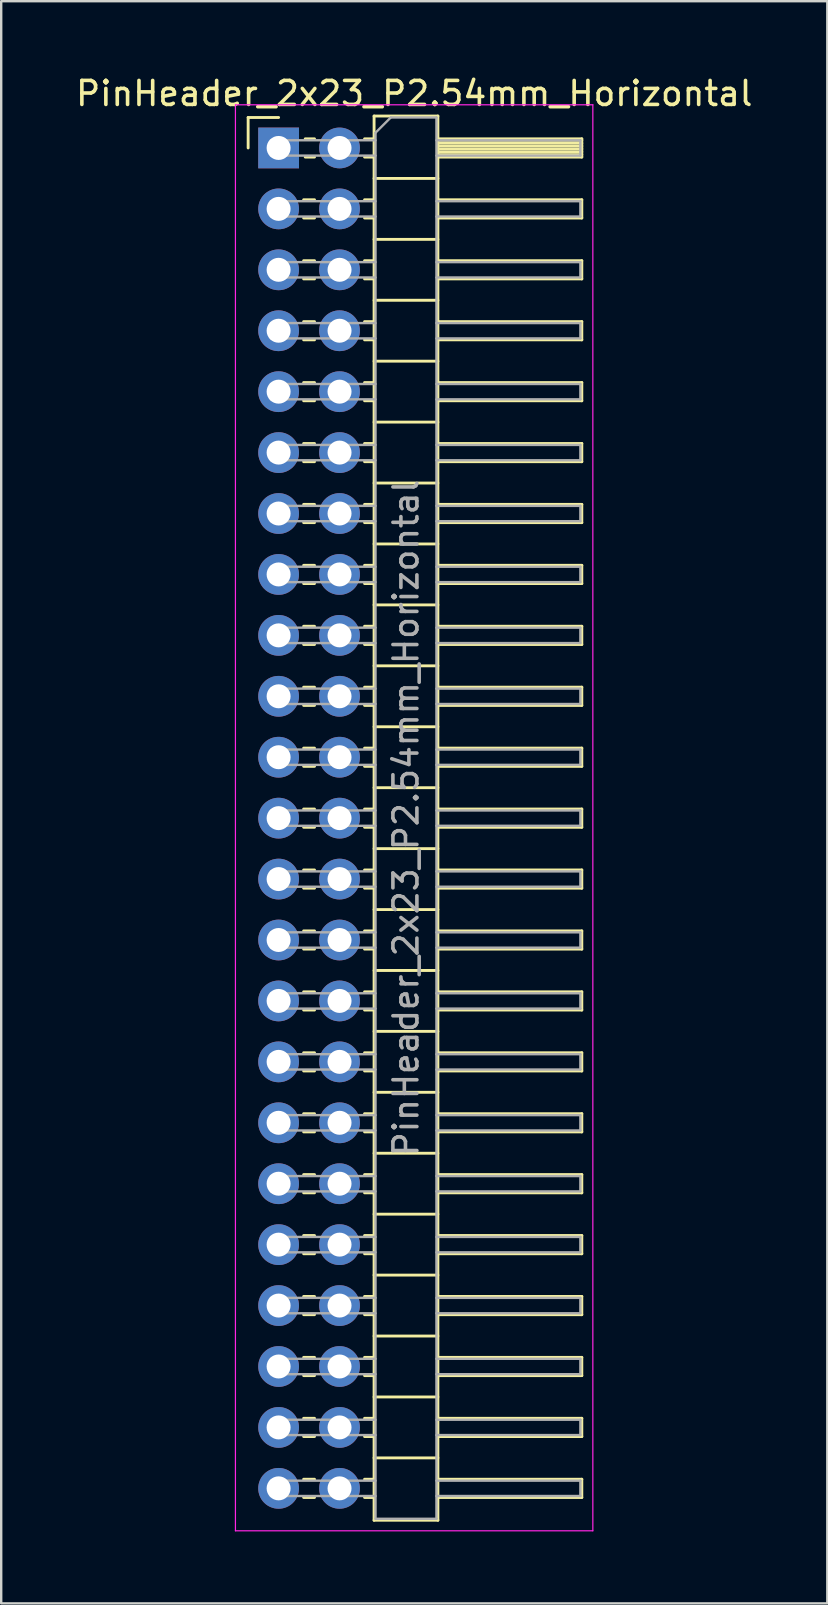
<source format=kicad_pcb>
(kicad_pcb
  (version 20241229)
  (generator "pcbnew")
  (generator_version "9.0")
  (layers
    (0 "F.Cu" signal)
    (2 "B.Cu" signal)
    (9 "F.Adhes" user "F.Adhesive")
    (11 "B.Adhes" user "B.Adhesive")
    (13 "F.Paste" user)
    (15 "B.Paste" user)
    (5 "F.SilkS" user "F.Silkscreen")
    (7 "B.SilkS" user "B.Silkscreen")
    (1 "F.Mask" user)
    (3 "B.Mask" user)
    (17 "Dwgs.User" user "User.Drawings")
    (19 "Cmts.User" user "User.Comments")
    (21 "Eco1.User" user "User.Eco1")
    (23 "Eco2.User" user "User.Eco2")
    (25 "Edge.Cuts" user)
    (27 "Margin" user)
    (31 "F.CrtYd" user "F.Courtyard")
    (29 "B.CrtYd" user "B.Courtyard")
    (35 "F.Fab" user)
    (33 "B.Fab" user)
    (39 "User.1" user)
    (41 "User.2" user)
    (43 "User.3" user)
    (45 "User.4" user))
  (footprint "PinHeader_2x23_P2.54mm_Horizontal"
    (layer "F.Cu")
    (at 8.565 3.118)
    (property "Reference" "PinHeader_2x23_P2.54mm_Horizontal" (at 5.655 -2.27 0) (layer "F.SilkS") (effects (font (size 1 1) (thickness 0.15))))
    (attr through_hole)
    (fp_line (start -1.27 -1.27) (end 0 -1.27) (stroke (width 0.12) (type solid)) (layer "F.SilkS"))
    (fp_line (start -1.27 0) (end -1.27 -1.27) (stroke (width 0.12) (type solid)) (layer "F.SilkS"))
    (fp_line (start 1.043 2.16) (end 1.497 2.16) (stroke (width 0.12) (type solid)) (layer "F.SilkS"))
    (fp_line (start 1.043 2.92) (end 1.497 2.92) (stroke (width 0.12) (type solid)) (layer "F.SilkS"))
    (fp_line (start 1.043 4.7) (end 1.497 4.7) (stroke (width 0.12) (type solid)) (layer "F.SilkS"))
    (fp_line (start 1.043 5.46) (end 1.497 5.46) (stroke (width 0.12) (type solid)) (layer "F.SilkS"))
    (fp_line (start 1.043 7.24) (end 1.497 7.24) (stroke (width 0.12) (type solid)) (layer "F.SilkS"))
    (fp_line (start 1.043 8) (end 1.497 8) (stroke (width 0.12) (type solid)) (layer "F.SilkS"))
    (fp_line (start 1.043 9.78) (end 1.497 9.78) (stroke (width 0.12) (type solid)) (layer "F.SilkS"))
    (fp_line (start 1.043 10.54) (end 1.497 10.54) (stroke (width 0.12) (type solid)) (layer "F.SilkS"))
    (fp_line (start 1.043 12.32) (end 1.497 12.32) (stroke (width 0.12) (type solid)) (layer "F.SilkS"))
    (fp_line (start 1.043 13.08) (end 1.497 13.08) (stroke (width 0.12) (type solid)) (layer "F.SilkS"))
    (fp_line (start 1.043 14.86) (end 1.497 14.86) (stroke (width 0.12) (type solid)) (layer "F.SilkS"))
    (fp_line (start 1.043 15.62) (end 1.497 15.62) (stroke (width 0.12) (type solid)) (layer "F.SilkS"))
    (fp_line (start 1.043 17.4) (end 1.497 17.4) (stroke (width 0.12) (type solid)) (layer "F.SilkS"))
    (fp_line (start 1.043 18.16) (end 1.497 18.16) (stroke (width 0.12) (type solid)) (layer "F.SilkS"))
    (fp_line (start 1.043 19.94) (end 1.497 19.94) (stroke (width 0.12) (type solid)) (layer "F.SilkS"))
    (fp_line (start 1.043 20.7) (end 1.497 20.7) (stroke (width 0.12) (type solid)) (layer "F.SilkS"))
    (fp_line (start 1.043 22.48) (end 1.497 22.48) (stroke (width 0.12) (type solid)) (layer "F.SilkS"))
    (fp_line (start 1.043 23.24) (end 1.497 23.24) (stroke (width 0.12) (type solid)) (layer "F.SilkS"))
    (fp_line (start 1.043 25.02) (end 1.497 25.02) (stroke (width 0.12) (type solid)) (layer "F.SilkS"))
    (fp_line (start 1.043 25.78) (end 1.497 25.78) (stroke (width 0.12) (type solid)) (layer "F.SilkS"))
    (fp_line (start 1.043 27.56) (end 1.497 27.56) (stroke (width 0.12) (type solid)) (layer "F.SilkS"))
    (fp_line (start 1.043 28.32) (end 1.497 28.32) (stroke (width 0.12) (type solid)) (layer "F.SilkS"))
    (fp_line (start 1.043 30.1) (end 1.497 30.1) (stroke (width 0.12) (type solid)) (layer "F.SilkS"))
    (fp_line (start 1.043 30.86) (end 1.497 30.86) (stroke (width 0.12) (type solid)) (layer "F.SilkS"))
    (fp_line (start 1.043 32.64) (end 1.497 32.64) (stroke (width 0.12) (type solid)) (layer "F.SilkS"))
    (fp_line (start 1.043 33.4) (end 1.497 33.4) (stroke (width 0.12) (type solid)) (layer "F.SilkS"))
    (fp_line (start 1.043 35.18) (end 1.497 35.18) (stroke (width 0.12) (type solid)) (layer "F.SilkS"))
    (fp_line (start 1.043 35.94) (end 1.497 35.94) (stroke (width 0.12) (type solid)) (layer "F.SilkS"))
    (fp_line (start 1.043 37.72) (end 1.497 37.72) (stroke (width 0.12) (type solid)) (layer "F.SilkS"))
    (fp_line (start 1.043 38.48) (end 1.497 38.48) (stroke (width 0.12) (type solid)) (layer "F.SilkS"))
    (fp_line (start 1.043 40.26) (end 1.497 40.26) (stroke (width 0.12) (type solid)) (layer "F.SilkS"))
    (fp_line (start 1.043 41.02) (end 1.497 41.02) (stroke (width 0.12) (type solid)) (layer "F.SilkS"))
    (fp_line (start 1.043 42.8) (end 1.497 42.8) (stroke (width 0.12) (type solid)) (layer "F.SilkS"))
    (fp_line (start 1.043 43.56) (end 1.497 43.56) (stroke (width 0.12) (type solid)) (layer "F.SilkS"))
    (fp_line (start 1.043 45.34) (end 1.497 45.34) (stroke (width 0.12) (type solid)) (layer "F.SilkS"))
    (fp_line (start 1.043 46.1) (end 1.497 46.1) (stroke (width 0.12) (type solid)) (layer "F.SilkS"))
    (fp_line (start 1.043 47.88) (end 1.497 47.88) (stroke (width 0.12) (type solid)) (layer "F.SilkS"))
    (fp_line (start 1.043 48.64) (end 1.497 48.64) (stroke (width 0.12) (type solid)) (layer "F.SilkS"))
    (fp_line (start 1.043 50.42) (end 1.497 50.42) (stroke (width 0.12) (type solid)) (layer "F.SilkS"))
    (fp_line (start 1.043 51.18) (end 1.497 51.18) (stroke (width 0.12) (type solid)) (layer "F.SilkS"))
    (fp_line (start 1.043 52.96) (end 1.497 52.96) (stroke (width 0.12) (type solid)) (layer "F.SilkS"))
    (fp_line (start 1.043 53.72) (end 1.497 53.72) (stroke (width 0.12) (type solid)) (layer "F.SilkS"))
    (fp_line (start 1.043 55.5) (end 1.497 55.5) (stroke (width 0.12) (type solid)) (layer "F.SilkS"))
    (fp_line (start 1.043 56.26) (end 1.497 56.26) (stroke (width 0.12) (type solid)) (layer "F.SilkS"))
    (fp_line (start 1.11 -0.38) (end 1.497 -0.38) (stroke (width 0.12) (type solid)) (layer "F.SilkS"))
    (fp_line (start 1.11 0.38) (end 1.497 0.38) (stroke (width 0.12) (type solid)) (layer "F.SilkS"))
    (fp_line (start 3.583 -0.38) (end 3.98 -0.38) (stroke (width 0.12) (type solid)) (layer "F.SilkS"))
    (fp_line (start 3.583 0.38) (end 3.98 0.38) (stroke (width 0.12) (type solid)) (layer "F.SilkS"))
    (fp_line (start 3.583 2.16) (end 3.98 2.16) (stroke (width 0.12) (type solid)) (layer "F.SilkS"))
    (fp_line (start 3.583 2.92) (end 3.98 2.92) (stroke (width 0.12) (type solid)) (layer "F.SilkS"))
    (fp_line (start 3.583 4.7) (end 3.98 4.7) (stroke (width 0.12) (type solid)) (layer "F.SilkS"))
    (fp_line (start 3.583 5.46) (end 3.98 5.46) (stroke (width 0.12) (type solid)) (layer "F.SilkS"))
    (fp_line (start 3.583 7.24) (end 3.98 7.24) (stroke (width 0.12) (type solid)) (layer "F.SilkS"))
    (fp_line (start 3.583 8) (end 3.98 8) (stroke (width 0.12) (type solid)) (layer "F.SilkS"))
    (fp_line (start 3.583 9.78) (end 3.98 9.78) (stroke (width 0.12) (type solid)) (layer "F.SilkS"))
    (fp_line (start 3.583 10.54) (end 3.98 10.54) (stroke (width 0.12) (type solid)) (layer "F.SilkS"))
    (fp_line (start 3.583 12.32) (end 3.98 12.32) (stroke (width 0.12) (type solid)) (layer "F.SilkS"))
    (fp_line (start 3.583 13.08) (end 3.98 13.08) (stroke (width 0.12) (type solid)) (layer "F.SilkS"))
    (fp_line (start 3.583 14.86) (end 3.98 14.86) (stroke (width 0.12) (type solid)) (layer "F.SilkS"))
    (fp_line (start 3.583 15.62) (end 3.98 15.62) (stroke (width 0.12) (type solid)) (layer "F.SilkS"))
    (fp_line (start 3.583 17.4) (end 3.98 17.4) (stroke (width 0.12) (type solid)) (layer "F.SilkS"))
    (fp_line (start 3.583 18.16) (end 3.98 18.16) (stroke (width 0.12) (type solid)) (layer "F.SilkS"))
    (fp_line (start 3.583 19.94) (end 3.98 19.94) (stroke (width 0.12) (type solid)) (layer "F.SilkS"))
    (fp_line (start 3.583 20.7) (end 3.98 20.7) (stroke (width 0.12) (type solid)) (layer "F.SilkS"))
    (fp_line (start 3.583 22.48) (end 3.98 22.48) (stroke (width 0.12) (type solid)) (layer "F.SilkS"))
    (fp_line (start 3.583 23.24) (end 3.98 23.24) (stroke (width 0.12) (type solid)) (layer "F.SilkS"))
    (fp_line (start 3.583 25.02) (end 3.98 25.02) (stroke (width 0.12) (type solid)) (layer "F.SilkS"))
    (fp_line (start 3.583 25.78) (end 3.98 25.78) (stroke (width 0.12) (type solid)) (layer "F.SilkS"))
    (fp_line (start 3.583 27.56) (end 3.98 27.56) (stroke (width 0.12) (type solid)) (layer "F.SilkS"))
    (fp_line (start 3.583 28.32) (end 3.98 28.32) (stroke (width 0.12) (type solid)) (layer "F.SilkS"))
    (fp_line (start 3.583 30.1) (end 3.98 30.1) (stroke (width 0.12) (type solid)) (layer "F.SilkS"))
    (fp_line (start 3.583 30.86) (end 3.98 30.86) (stroke (width 0.12) (type solid)) (layer "F.SilkS"))
    (fp_line (start 3.583 32.64) (end 3.98 32.64) (stroke (width 0.12) (type solid)) (layer "F.SilkS"))
    (fp_line (start 3.583 33.4) (end 3.98 33.4) (stroke (width 0.12) (type solid)) (layer "F.SilkS"))
    (fp_line (start 3.583 35.18) (end 3.98 35.18) (stroke (width 0.12) (type solid)) (layer "F.SilkS"))
    (fp_line (start 3.583 35.94) (end 3.98 35.94) (stroke (width 0.12) (type solid)) (layer "F.SilkS"))
    (fp_line (start 3.583 37.72) (end 3.98 37.72) (stroke (width 0.12) (type solid)) (layer "F.SilkS"))
    (fp_line (start 3.583 38.48) (end 3.98 38.48) (stroke (width 0.12) (type solid)) (layer "F.SilkS"))
    (fp_line (start 3.583 40.26) (end 3.98 40.26) (stroke (width 0.12) (type solid)) (layer "F.SilkS"))
    (fp_line (start 3.583 41.02) (end 3.98 41.02) (stroke (width 0.12) (type solid)) (layer "F.SilkS"))
    (fp_line (start 3.583 42.8) (end 3.98 42.8) (stroke (width 0.12) (type solid)) (layer "F.SilkS"))
    (fp_line (start 3.583 43.56) (end 3.98 43.56) (stroke (width 0.12) (type solid)) (layer "F.SilkS"))
    (fp_line (start 3.583 45.34) (end 3.98 45.34) (stroke (width 0.12) (type solid)) (layer "F.SilkS"))
    (fp_line (start 3.583 46.1) (end 3.98 46.1) (stroke (width 0.12) (type solid)) (layer "F.SilkS"))
    (fp_line (start 3.583 47.88) (end 3.98 47.88) (stroke (width 0.12) (type solid)) (layer "F.SilkS"))
    (fp_line (start 3.583 48.64) (end 3.98 48.64) (stroke (width 0.12) (type solid)) (layer "F.SilkS"))
    (fp_line (start 3.583 50.42) (end 3.98 50.42) (stroke (width 0.12) (type solid)) (layer "F.SilkS"))
    (fp_line (start 3.583 51.18) (end 3.98 51.18) (stroke (width 0.12) (type solid)) (layer "F.SilkS"))
    (fp_line (start 3.583 52.96) (end 3.98 52.96) (stroke (width 0.12) (type solid)) (layer "F.SilkS"))
    (fp_line (start 3.583 53.72) (end 3.98 53.72) (stroke (width 0.12) (type solid)) (layer "F.SilkS"))
    (fp_line (start 3.583 55.5) (end 3.98 55.5) (stroke (width 0.12) (type solid)) (layer "F.SilkS"))
    (fp_line (start 3.583 56.26) (end 3.98 56.26) (stroke (width 0.12) (type solid)) (layer "F.SilkS"))
    (fp_line (start 3.98 -1.33) (end 3.98 57.21) (stroke (width 0.12) (type solid)) (layer "F.SilkS"))
    (fp_line (start 3.98 1.27) (end 6.64 1.27) (stroke (width 0.12) (type solid)) (layer "F.SilkS"))
    (fp_line (start 3.98 3.81) (end 6.64 3.81) (stroke (width 0.12) (type solid)) (layer "F.SilkS"))
    (fp_line (start 3.98 6.35) (end 6.64 6.35) (stroke (width 0.12) (type solid)) (layer "F.SilkS"))
    (fp_line (start 3.98 8.89) (end 6.64 8.89) (stroke (width 0.12) (type solid)) (layer "F.SilkS"))
    (fp_line (start 3.98 11.43) (end 6.64 11.43) (stroke (width 0.12) (type solid)) (layer "F.SilkS"))
    (fp_line (start 3.98 13.97) (end 6.64 13.97) (stroke (width 0.12) (type solid)) (layer "F.SilkS"))
    (fp_line (start 3.98 16.51) (end 6.64 16.51) (stroke (width 0.12) (type solid)) (layer "F.SilkS"))
    (fp_line (start 3.98 19.05) (end 6.64 19.05) (stroke (width 0.12) (type solid)) (layer "F.SilkS"))
    (fp_line (start 3.98 21.59) (end 6.64 21.59) (stroke (width 0.12) (type solid)) (layer "F.SilkS"))
    (fp_line (start 3.98 24.13) (end 6.64 24.13) (stroke (width 0.12) (type solid)) (layer "F.SilkS"))
    (fp_line (start 3.98 26.67) (end 6.64 26.67) (stroke (width 0.12) (type solid)) (layer "F.SilkS"))
    (fp_line (start 3.98 29.21) (end 6.64 29.21) (stroke (width 0.12) (type solid)) (layer "F.SilkS"))
    (fp_line (start 3.98 31.75) (end 6.64 31.75) (stroke (width 0.12) (type solid)) (layer "F.SilkS"))
    (fp_line (start 3.98 34.29) (end 6.64 34.29) (stroke (width 0.12) (type solid)) (layer "F.SilkS"))
    (fp_line (start 3.98 36.83) (end 6.64 36.83) (stroke (width 0.12) (type solid)) (layer "F.SilkS"))
    (fp_line (start 3.98 39.37) (end 6.64 39.37) (stroke (width 0.12) (type solid)) (layer "F.SilkS"))
    (fp_line (start 3.98 41.91) (end 6.64 41.91) (stroke (width 0.12) (type solid)) (layer "F.SilkS"))
    (fp_line (start 3.98 44.45) (end 6.64 44.45) (stroke (width 0.12) (type solid)) (layer "F.SilkS"))
    (fp_line (start 3.98 46.99) (end 6.64 46.99) (stroke (width 0.12) (type solid)) (layer "F.SilkS"))
    (fp_line (start 3.98 49.53) (end 6.64 49.53) (stroke (width 0.12) (type solid)) (layer "F.SilkS"))
    (fp_line (start 3.98 52.07) (end 6.64 52.07) (stroke (width 0.12) (type solid)) (layer "F.SilkS"))
    (fp_line (start 3.98 54.61) (end 6.64 54.61) (stroke (width 0.12) (type solid)) (layer "F.SilkS"))
    (fp_line (start 3.98 57.21) (end 6.64 57.21) (stroke (width 0.12) (type solid)) (layer "F.SilkS"))
    (fp_line (start 6.64 -1.33) (end 3.98 -1.33) (stroke (width 0.12) (type solid)) (layer "F.SilkS"))
    (fp_line (start 6.64 -0.38) (end 12.64 -0.38) (stroke (width 0.12) (type solid)) (layer "F.SilkS"))
    (fp_line (start 6.64 -0.32) (end 12.64 -0.32) (stroke (width 0.12) (type solid)) (layer "F.SilkS"))
    (fp_line (start 6.64 -0.2) (end 12.64 -0.2) (stroke (width 0.12) (type solid)) (layer "F.SilkS"))
    (fp_line (start 6.64 -0.08) (end 12.64 -0.08) (stroke (width 0.12) (type solid)) (layer "F.SilkS"))
    (fp_line (start 6.64 0.04) (end 12.64 0.04) (stroke (width 0.12) (type solid)) (layer "F.SilkS"))
    (fp_line (start 6.64 0.16) (end 12.64 0.16) (stroke (width 0.12) (type solid)) (layer "F.SilkS"))
    (fp_line (start 6.64 0.28) (end 12.64 0.28) (stroke (width 0.12) (type solid)) (layer "F.SilkS"))
    (fp_line (start 6.64 2.16) (end 12.64 2.16) (stroke (width 0.12) (type solid)) (layer "F.SilkS"))
    (fp_line (start 6.64 4.7) (end 12.64 4.7) (stroke (width 0.12) (type solid)) (layer "F.SilkS"))
    (fp_line (start 6.64 7.24) (end 12.64 7.24) (stroke (width 0.12) (type solid)) (layer "F.SilkS"))
    (fp_line (start 6.64 9.78) (end 12.64 9.78) (stroke (width 0.12) (type solid)) (layer "F.SilkS"))
    (fp_line (start 6.64 12.32) (end 12.64 12.32) (stroke (width 0.12) (type solid)) (layer "F.SilkS"))
    (fp_line (start 6.64 14.86) (end 12.64 14.86) (stroke (width 0.12) (type solid)) (layer "F.SilkS"))
    (fp_line (start 6.64 17.4) (end 12.64 17.4) (stroke (width 0.12) (type solid)) (layer "F.SilkS"))
    (fp_line (start 6.64 19.94) (end 12.64 19.94) (stroke (width 0.12) (type solid)) (layer "F.SilkS"))
    (fp_line (start 6.64 22.48) (end 12.64 22.48) (stroke (width 0.12) (type solid)) (layer "F.SilkS"))
    (fp_line (start 6.64 25.02) (end 12.64 25.02) (stroke (width 0.12) (type solid)) (layer "F.SilkS"))
    (fp_line (start 6.64 27.56) (end 12.64 27.56) (stroke (width 0.12) (type solid)) (layer "F.SilkS"))
    (fp_line (start 6.64 30.1) (end 12.64 30.1) (stroke (width 0.12) (type solid)) (layer "F.SilkS"))
    (fp_line (start 6.64 32.64) (end 12.64 32.64) (stroke (width 0.12) (type solid)) (layer "F.SilkS"))
    (fp_line (start 6.64 35.18) (end 12.64 35.18) (stroke (width 0.12) (type solid)) (layer "F.SilkS"))
    (fp_line (start 6.64 37.72) (end 12.64 37.72) (stroke (width 0.12) (type solid)) (layer "F.SilkS"))
    (fp_line (start 6.64 40.26) (end 12.64 40.26) (stroke (width 0.12) (type solid)) (layer "F.SilkS"))
    (fp_line (start 6.64 42.8) (end 12.64 42.8) (stroke (width 0.12) (type solid)) (layer "F.SilkS"))
    (fp_line (start 6.64 45.34) (end 12.64 45.34) (stroke (width 0.12) (type solid)) (layer "F.SilkS"))
    (fp_line (start 6.64 47.88) (end 12.64 47.88) (stroke (width 0.12) (type solid)) (layer "F.SilkS"))
    (fp_line (start 6.64 50.42) (end 12.64 50.42) (stroke (width 0.12) (type solid)) (layer "F.SilkS"))
    (fp_line (start 6.64 52.96) (end 12.64 52.96) (stroke (width 0.12) (type solid)) (layer "F.SilkS"))
    (fp_line (start 6.64 55.5) (end 12.64 55.5) (stroke (width 0.12) (type solid)) (layer "F.SilkS"))
    (fp_line (start 6.64 57.21) (end 6.64 -1.33) (stroke (width 0.12) (type solid)) (layer "F.SilkS"))
    (fp_line (start 12.64 -0.38) (end 12.64 0.38) (stroke (width 0.12) (type solid)) (layer "F.SilkS"))
    (fp_line (start 12.64 0.38) (end 6.64 0.38) (stroke (width 0.12) (type solid)) (layer "F.SilkS"))
    (fp_line (start 12.64 2.16) (end 12.64 2.92) (stroke (width 0.12) (type solid)) (layer "F.SilkS"))
    (fp_line (start 12.64 2.92) (end 6.64 2.92) (stroke (width 0.12) (type solid)) (layer "F.SilkS"))
    (fp_line (start 12.64 4.7) (end 12.64 5.46) (stroke (width 0.12) (type solid)) (layer "F.SilkS"))
    (fp_line (start 12.64 5.46) (end 6.64 5.46) (stroke (width 0.12) (type solid)) (layer "F.SilkS"))
    (fp_line (start 12.64 7.24) (end 12.64 8) (stroke (width 0.12) (type solid)) (layer "F.SilkS"))
    (fp_line (start 12.64 8) (end 6.64 8) (stroke (width 0.12) (type solid)) (layer "F.SilkS"))
    (fp_line (start 12.64 9.78) (end 12.64 10.54) (stroke (width 0.12) (type solid)) (layer "F.SilkS"))
    (fp_line (start 12.64 10.54) (end 6.64 10.54) (stroke (width 0.12) (type solid)) (layer "F.SilkS"))
    (fp_line (start 12.64 12.32) (end 12.64 13.08) (stroke (width 0.12) (type solid)) (layer "F.SilkS"))
    (fp_line (start 12.64 13.08) (end 6.64 13.08) (stroke (width 0.12) (type solid)) (layer "F.SilkS"))
    (fp_line (start 12.64 14.86) (end 12.64 15.62) (stroke (width 0.12) (type solid)) (layer "F.SilkS"))
    (fp_line (start 12.64 15.62) (end 6.64 15.62) (stroke (width 0.12) (type solid)) (layer "F.SilkS"))
    (fp_line (start 12.64 17.4) (end 12.64 18.16) (stroke (width 0.12) (type solid)) (layer "F.SilkS"))
    (fp_line (start 12.64 18.16) (end 6.64 18.16) (stroke (width 0.12) (type solid)) (layer "F.SilkS"))
    (fp_line (start 12.64 19.94) (end 12.64 20.7) (stroke (width 0.12) (type solid)) (layer "F.SilkS"))
    (fp_line (start 12.64 20.7) (end 6.64 20.7) (stroke (width 0.12) (type solid)) (layer "F.SilkS"))
    (fp_line (start 12.64 22.48) (end 12.64 23.24) (stroke (width 0.12) (type solid)) (layer "F.SilkS"))
    (fp_line (start 12.64 23.24) (end 6.64 23.24) (stroke (width 0.12) (type solid)) (layer "F.SilkS"))
    (fp_line (start 12.64 25.02) (end 12.64 25.78) (stroke (width 0.12) (type solid)) (layer "F.SilkS"))
    (fp_line (start 12.64 25.78) (end 6.64 25.78) (stroke (width 0.12) (type solid)) (layer "F.SilkS"))
    (fp_line (start 12.64 27.56) (end 12.64 28.32) (stroke (width 0.12) (type solid)) (layer "F.SilkS"))
    (fp_line (start 12.64 28.32) (end 6.64 28.32) (stroke (width 0.12) (type solid)) (layer "F.SilkS"))
    (fp_line (start 12.64 30.1) (end 12.64 30.86) (stroke (width 0.12) (type solid)) (layer "F.SilkS"))
    (fp_line (start 12.64 30.86) (end 6.64 30.86) (stroke (width 0.12) (type solid)) (layer "F.SilkS"))
    (fp_line (start 12.64 32.64) (end 12.64 33.4) (stroke (width 0.12) (type solid)) (layer "F.SilkS"))
    (fp_line (start 12.64 33.4) (end 6.64 33.4) (stroke (width 0.12) (type solid)) (layer "F.SilkS"))
    (fp_line (start 12.64 35.18) (end 12.64 35.94) (stroke (width 0.12) (type solid)) (layer "F.SilkS"))
    (fp_line (start 12.64 35.94) (end 6.64 35.94) (stroke (width 0.12) (type solid)) (layer "F.SilkS"))
    (fp_line (start 12.64 37.72) (end 12.64 38.48) (stroke (width 0.12) (type solid)) (layer "F.SilkS"))
    (fp_line (start 12.64 38.48) (end 6.64 38.48) (stroke (width 0.12) (type solid)) (layer "F.SilkS"))
    (fp_line (start 12.64 40.26) (end 12.64 41.02) (stroke (width 0.12) (type solid)) (layer "F.SilkS"))
    (fp_line (start 12.64 41.02) (end 6.64 41.02) (stroke (width 0.12) (type solid)) (layer "F.SilkS"))
    (fp_line (start 12.64 42.8) (end 12.64 43.56) (stroke (width 0.12) (type solid)) (layer "F.SilkS"))
    (fp_line (start 12.64 43.56) (end 6.64 43.56) (stroke (width 0.12) (type solid)) (layer "F.SilkS"))
    (fp_line (start 12.64 45.34) (end 12.64 46.1) (stroke (width 0.12) (type solid)) (layer "F.SilkS"))
    (fp_line (start 12.64 46.1) (end 6.64 46.1) (stroke (width 0.12) (type solid)) (layer "F.SilkS"))
    (fp_line (start 12.64 47.88) (end 12.64 48.64) (stroke (width 0.12) (type solid)) (layer "F.SilkS"))
    (fp_line (start 12.64 48.64) (end 6.64 48.64) (stroke (width 0.12) (type solid)) (layer "F.SilkS"))
    (fp_line (start 12.64 50.42) (end 12.64 51.18) (stroke (width 0.12) (type solid)) (layer "F.SilkS"))
    (fp_line (start 12.64 51.18) (end 6.64 51.18) (stroke (width 0.12) (type solid)) (layer "F.SilkS"))
    (fp_line (start 12.64 52.96) (end 12.64 53.72) (stroke (width 0.12) (type solid)) (layer "F.SilkS"))
    (fp_line (start 12.64 53.72) (end 6.64 53.72) (stroke (width 0.12) (type solid)) (layer "F.SilkS"))
    (fp_line (start 12.64 55.5) (end 12.64 56.26) (stroke (width 0.12) (type solid)) (layer "F.SilkS"))
    (fp_line (start 12.64 56.26) (end 6.64 56.26) (stroke (width 0.12) (type solid)) (layer "F.SilkS"))
    (fp_line (start -1.8 -1.8) (end -1.8 57.65) (stroke (width 0.05) (type solid)) (layer "F.CrtYd"))
    (fp_line (start -1.8 57.65) (end 13.1 57.65) (stroke (width 0.05) (type solid)) (layer "F.CrtYd"))
    (fp_line (start 13.1 -1.8) (end -1.8 -1.8) (stroke (width 0.05) (type solid)) (layer "F.CrtYd"))
    (fp_line (start 13.1 57.65) (end 13.1 -1.8) (stroke (width 0.05) (type solid)) (layer "F.CrtYd"))
    (fp_line (start -0.32 -0.32) (end -0.32 0.32) (stroke (width 0.1) (type solid)) (layer "F.Fab"))
    (fp_line (start -0.32 -0.32) (end 4.04 -0.32) (stroke (width 0.1) (type solid)) (layer "F.Fab"))
    (fp_line (start -0.32 0.32) (end 4.04 0.32) (stroke (width 0.1) (type solid)) (layer "F.Fab"))
    (fp_line (start -0.32 2.22) (end -0.32 2.86) (stroke (width 0.1) (type solid)) (layer "F.Fab"))
    (fp_line (start -0.32 2.22) (end 4.04 2.22) (stroke (width 0.1) (type solid)) (layer "F.Fab"))
    (fp_line (start -0.32 2.86) (end 4.04 2.86) (stroke (width 0.1) (type solid)) (layer "F.Fab"))
    (fp_line (start -0.32 4.76) (end -0.32 5.4) (stroke (width 0.1) (type solid)) (layer "F.Fab"))
    (fp_line (start -0.32 4.76) (end 4.04 4.76) (stroke (width 0.1) (type solid)) (layer "F.Fab"))
    (fp_line (start -0.32 5.4) (end 4.04 5.4) (stroke (width 0.1) (type solid)) (layer "F.Fab"))
    (fp_line (start -0.32 7.3) (end -0.32 7.94) (stroke (width 0.1) (type solid)) (layer "F.Fab"))
    (fp_line (start -0.32 7.3) (end 4.04 7.3) (stroke (width 0.1) (type solid)) (layer "F.Fab"))
    (fp_line (start -0.32 7.94) (end 4.04 7.94) (stroke (width 0.1) (type solid)) (layer "F.Fab"))
    (fp_line (start -0.32 9.84) (end -0.32 10.48) (stroke (width 0.1) (type solid)) (layer "F.Fab"))
    (fp_line (start -0.32 9.84) (end 4.04 9.84) (stroke (width 0.1) (type solid)) (layer "F.Fab"))
    (fp_line (start -0.32 10.48) (end 4.04 10.48) (stroke (width 0.1) (type solid)) (layer "F.Fab"))
    (fp_line (start -0.32 12.38) (end -0.32 13.02) (stroke (width 0.1) (type solid)) (layer "F.Fab"))
    (fp_line (start -0.32 12.38) (end 4.04 12.38) (stroke (width 0.1) (type solid)) (layer "F.Fab"))
    (fp_line (start -0.32 13.02) (end 4.04 13.02) (stroke (width 0.1) (type solid)) (layer "F.Fab"))
    (fp_line (start -0.32 14.92) (end -0.32 15.56) (stroke (width 0.1) (type solid)) (layer "F.Fab"))
    (fp_line (start -0.32 14.92) (end 4.04 14.92) (stroke (width 0.1) (type solid)) (layer "F.Fab"))
    (fp_line (start -0.32 15.56) (end 4.04 15.56) (stroke (width 0.1) (type solid)) (layer "F.Fab"))
    (fp_line (start -0.32 17.46) (end -0.32 18.1) (stroke (width 0.1) (type solid)) (layer "F.Fab"))
    (fp_line (start -0.32 17.46) (end 4.04 17.46) (stroke (width 0.1) (type solid)) (layer "F.Fab"))
    (fp_line (start -0.32 18.1) (end 4.04 18.1) (stroke (width 0.1) (type solid)) (layer "F.Fab"))
    (fp_line (start -0.32 20) (end -0.32 20.64) (stroke (width 0.1) (type solid)) (layer "F.Fab"))
    (fp_line (start -0.32 20) (end 4.04 20) (stroke (width 0.1) (type solid)) (layer "F.Fab"))
    (fp_line (start -0.32 20.64) (end 4.04 20.64) (stroke (width 0.1) (type solid)) (layer "F.Fab"))
    (fp_line (start -0.32 22.54) (end -0.32 23.18) (stroke (width 0.1) (type solid)) (layer "F.Fab"))
    (fp_line (start -0.32 22.54) (end 4.04 22.54) (stroke (width 0.1) (type solid)) (layer "F.Fab"))
    (fp_line (start -0.32 23.18) (end 4.04 23.18) (stroke (width 0.1) (type solid)) (layer "F.Fab"))
    (fp_line (start -0.32 25.08) (end -0.32 25.72) (stroke (width 0.1) (type solid)) (layer "F.Fab"))
    (fp_line (start -0.32 25.08) (end 4.04 25.08) (stroke (width 0.1) (type solid)) (layer "F.Fab"))
    (fp_line (start -0.32 25.72) (end 4.04 25.72) (stroke (width 0.1) (type solid)) (layer "F.Fab"))
    (fp_line (start -0.32 27.62) (end -0.32 28.26) (stroke (width 0.1) (type solid)) (layer "F.Fab"))
    (fp_line (start -0.32 27.62) (end 4.04 27.62) (stroke (width 0.1) (type solid)) (layer "F.Fab"))
    (fp_line (start -0.32 28.26) (end 4.04 28.26) (stroke (width 0.1) (type solid)) (layer "F.Fab"))
    (fp_line (start -0.32 30.16) (end -0.32 30.8) (stroke (width 0.1) (type solid)) (layer "F.Fab"))
    (fp_line (start -0.32 30.16) (end 4.04 30.16) (stroke (width 0.1) (type solid)) (layer "F.Fab"))
    (fp_line (start -0.32 30.8) (end 4.04 30.8) (stroke (width 0.1) (type solid)) (layer "F.Fab"))
    (fp_line (start -0.32 32.7) (end -0.32 33.34) (stroke (width 0.1) (type solid)) (layer "F.Fab"))
    (fp_line (start -0.32 32.7) (end 4.04 32.7) (stroke (width 0.1) (type solid)) (layer "F.Fab"))
    (fp_line (start -0.32 33.34) (end 4.04 33.34) (stroke (width 0.1) (type solid)) (layer "F.Fab"))
    (fp_line (start -0.32 35.24) (end -0.32 35.88) (stroke (width 0.1) (type solid)) (layer "F.Fab"))
    (fp_line (start -0.32 35.24) (end 4.04 35.24) (stroke (width 0.1) (type solid)) (layer "F.Fab"))
    (fp_line (start -0.32 35.88) (end 4.04 35.88) (stroke (width 0.1) (type solid)) (layer "F.Fab"))
    (fp_line (start -0.32 37.78) (end -0.32 38.42) (stroke (width 0.1) (type solid)) (layer "F.Fab"))
    (fp_line (start -0.32 37.78) (end 4.04 37.78) (stroke (width 0.1) (type solid)) (layer "F.Fab"))
    (fp_line (start -0.32 38.42) (end 4.04 38.42) (stroke (width 0.1) (type solid)) (layer "F.Fab"))
    (fp_line (start -0.32 40.32) (end -0.32 40.96) (stroke (width 0.1) (type solid)) (layer "F.Fab"))
    (fp_line (start -0.32 40.32) (end 4.04 40.32) (stroke (width 0.1) (type solid)) (layer "F.Fab"))
    (fp_line (start -0.32 40.96) (end 4.04 40.96) (stroke (width 0.1) (type solid)) (layer "F.Fab"))
    (fp_line (start -0.32 42.86) (end -0.32 43.5) (stroke (width 0.1) (type solid)) (layer "F.Fab"))
    (fp_line (start -0.32 42.86) (end 4.04 42.86) (stroke (width 0.1) (type solid)) (layer "F.Fab"))
    (fp_line (start -0.32 43.5) (end 4.04 43.5) (stroke (width 0.1) (type solid)) (layer "F.Fab"))
    (fp_line (start -0.32 45.4) (end -0.32 46.04) (stroke (width 0.1) (type solid)) (layer "F.Fab"))
    (fp_line (start -0.32 45.4) (end 4.04 45.4) (stroke (width 0.1) (type solid)) (layer "F.Fab"))
    (fp_line (start -0.32 46.04) (end 4.04 46.04) (stroke (width 0.1) (type solid)) (layer "F.Fab"))
    (fp_line (start -0.32 47.94) (end -0.32 48.58) (stroke (width 0.1) (type solid)) (layer "F.Fab"))
    (fp_line (start -0.32 47.94) (end 4.04 47.94) (stroke (width 0.1) (type solid)) (layer "F.Fab"))
    (fp_line (start -0.32 48.58) (end 4.04 48.58) (stroke (width 0.1) (type solid)) (layer "F.Fab"))
    (fp_line (start -0.32 50.48) (end -0.32 51.12) (stroke (width 0.1) (type solid)) (layer "F.Fab"))
    (fp_line (start -0.32 50.48) (end 4.04 50.48) (stroke (width 0.1) (type solid)) (layer "F.Fab"))
    (fp_line (start -0.32 51.12) (end 4.04 51.12) (stroke (width 0.1) (type solid)) (layer "F.Fab"))
    (fp_line (start -0.32 53.02) (end -0.32 53.66) (stroke (width 0.1) (type solid)) (layer "F.Fab"))
    (fp_line (start -0.32 53.02) (end 4.04 53.02) (stroke (width 0.1) (type solid)) (layer "F.Fab"))
    (fp_line (start -0.32 53.66) (end 4.04 53.66) (stroke (width 0.1) (type solid)) (layer "F.Fab"))
    (fp_line (start -0.32 55.56) (end -0.32 56.2) (stroke (width 0.1) (type solid)) (layer "F.Fab"))
    (fp_line (start -0.32 55.56) (end 4.04 55.56) (stroke (width 0.1) (type solid)) (layer "F.Fab"))
    (fp_line (start -0.32 56.2) (end 4.04 56.2) (stroke (width 0.1) (type solid)) (layer "F.Fab"))
    (fp_line (start 4.04 -0.635) (end 4.675 -1.27) (stroke (width 0.1) (type solid)) (layer "F.Fab"))
    (fp_line (start 4.04 57.15) (end 4.04 -0.635) (stroke (width 0.1) (type solid)) (layer "F.Fab"))
    (fp_line (start 4.675 -1.27) (end 6.58 -1.27) (stroke (width 0.1) (type solid)) (layer "F.Fab"))
    (fp_line (start 6.58 -1.27) (end 6.58 57.15) (stroke (width 0.1) (type solid)) (layer "F.Fab"))
    (fp_line (start 6.58 -0.32) (end 12.58 -0.32) (stroke (width 0.1) (type solid)) (layer "F.Fab"))
    (fp_line (start 6.58 0.32) (end 12.58 0.32) (stroke (width 0.1) (type solid)) (layer "F.Fab"))
    (fp_line (start 6.58 2.22) (end 12.58 2.22) (stroke (width 0.1) (type solid)) (layer "F.Fab"))
    (fp_line (start 6.58 2.86) (end 12.58 2.86) (stroke (width 0.1) (type solid)) (layer "F.Fab"))
    (fp_line (start 6.58 4.76) (end 12.58 4.76) (stroke (width 0.1) (type solid)) (layer "F.Fab"))
    (fp_line (start 6.58 5.4) (end 12.58 5.4) (stroke (width 0.1) (type solid)) (layer "F.Fab"))
    (fp_line (start 6.58 7.3) (end 12.58 7.3) (stroke (width 0.1) (type solid)) (layer "F.Fab"))
    (fp_line (start 6.58 7.94) (end 12.58 7.94) (stroke (width 0.1) (type solid)) (layer "F.Fab"))
    (fp_line (start 6.58 9.84) (end 12.58 9.84) (stroke (width 0.1) (type solid)) (layer "F.Fab"))
    (fp_line (start 6.58 10.48) (end 12.58 10.48) (stroke (width 0.1) (type solid)) (layer "F.Fab"))
    (fp_line (start 6.58 12.38) (end 12.58 12.38) (stroke (width 0.1) (type solid)) (layer "F.Fab"))
    (fp_line (start 6.58 13.02) (end 12.58 13.02) (stroke (width 0.1) (type solid)) (layer "F.Fab"))
    (fp_line (start 6.58 14.92) (end 12.58 14.92) (stroke (width 0.1) (type solid)) (layer "F.Fab"))
    (fp_line (start 6.58 15.56) (end 12.58 15.56) (stroke (width 0.1) (type solid)) (layer "F.Fab"))
    (fp_line (start 6.58 17.46) (end 12.58 17.46) (stroke (width 0.1) (type solid)) (layer "F.Fab"))
    (fp_line (start 6.58 18.1) (end 12.58 18.1) (stroke (width 0.1) (type solid)) (layer "F.Fab"))
    (fp_line (start 6.58 20) (end 12.58 20) (stroke (width 0.1) (type solid)) (layer "F.Fab"))
    (fp_line (start 6.58 20.64) (end 12.58 20.64) (stroke (width 0.1) (type solid)) (layer "F.Fab"))
    (fp_line (start 6.58 22.54) (end 12.58 22.54) (stroke (width 0.1) (type solid)) (layer "F.Fab"))
    (fp_line (start 6.58 23.18) (end 12.58 23.18) (stroke (width 0.1) (type solid)) (layer "F.Fab"))
    (fp_line (start 6.58 25.08) (end 12.58 25.08) (stroke (width 0.1) (type solid)) (layer "F.Fab"))
    (fp_line (start 6.58 25.72) (end 12.58 25.72) (stroke (width 0.1) (type solid)) (layer "F.Fab"))
    (fp_line (start 6.58 27.62) (end 12.58 27.62) (stroke (width 0.1) (type solid)) (layer "F.Fab"))
    (fp_line (start 6.58 28.26) (end 12.58 28.26) (stroke (width 0.1) (type solid)) (layer "F.Fab"))
    (fp_line (start 6.58 30.16) (end 12.58 30.16) (stroke (width 0.1) (type solid)) (layer "F.Fab"))
    (fp_line (start 6.58 30.8) (end 12.58 30.8) (stroke (width 0.1) (type solid)) (layer "F.Fab"))
    (fp_line (start 6.58 32.7) (end 12.58 32.7) (stroke (width 0.1) (type solid)) (layer "F.Fab"))
    (fp_line (start 6.58 33.34) (end 12.58 33.34) (stroke (width 0.1) (type solid)) (layer "F.Fab"))
    (fp_line (start 6.58 35.24) (end 12.58 35.24) (stroke (width 0.1) (type solid)) (layer "F.Fab"))
    (fp_line (start 6.58 35.88) (end 12.58 35.88) (stroke (width 0.1) (type solid)) (layer "F.Fab"))
    (fp_line (start 6.58 37.78) (end 12.58 37.78) (stroke (width 0.1) (type solid)) (layer "F.Fab"))
    (fp_line (start 6.58 38.42) (end 12.58 38.42) (stroke (width 0.1) (type solid)) (layer "F.Fab"))
    (fp_line (start 6.58 40.32) (end 12.58 40.32) (stroke (width 0.1) (type solid)) (layer "F.Fab"))
    (fp_line (start 6.58 40.96) (end 12.58 40.96) (stroke (width 0.1) (type solid)) (layer "F.Fab"))
    (fp_line (start 6.58 42.86) (end 12.58 42.86) (stroke (width 0.1) (type solid)) (layer "F.Fab"))
    (fp_line (start 6.58 43.5) (end 12.58 43.5) (stroke (width 0.1) (type solid)) (layer "F.Fab"))
    (fp_line (start 6.58 45.4) (end 12.58 45.4) (stroke (width 0.1) (type solid)) (layer "F.Fab"))
    (fp_line (start 6.58 46.04) (end 12.58 46.04) (stroke (width 0.1) (type solid)) (layer "F.Fab"))
    (fp_line (start 6.58 47.94) (end 12.58 47.94) (stroke (width 0.1) (type solid)) (layer "F.Fab"))
    (fp_line (start 6.58 48.58) (end 12.58 48.58) (stroke (width 0.1) (type solid)) (layer "F.Fab"))
    (fp_line (start 6.58 50.48) (end 12.58 50.48) (stroke (width 0.1) (type solid)) (layer "F.Fab"))
    (fp_line (start 6.58 51.12) (end 12.58 51.12) (stroke (width 0.1) (type solid)) (layer "F.Fab"))
    (fp_line (start 6.58 53.02) (end 12.58 53.02) (stroke (width 0.1) (type solid)) (layer "F.Fab"))
    (fp_line (start 6.58 53.66) (end 12.58 53.66) (stroke (width 0.1) (type solid)) (layer "F.Fab"))
    (fp_line (start 6.58 55.56) (end 12.58 55.56) (stroke (width 0.1) (type solid)) (layer "F.Fab"))
    (fp_line (start 6.58 56.2) (end 12.58 56.2) (stroke (width 0.1) (type solid)) (layer "F.Fab"))
    (fp_line (start 6.58 57.15) (end 4.04 57.15) (stroke (width 0.1) (type solid)) (layer "F.Fab"))
    (fp_line (start 12.58 -0.32) (end 12.58 0.32) (stroke (width 0.1) (type solid)) (layer "F.Fab"))
    (fp_line (start 12.58 2.22) (end 12.58 2.86) (stroke (width 0.1) (type solid)) (layer "F.Fab"))
    (fp_line (start 12.58 4.76) (end 12.58 5.4) (stroke (width 0.1) (type solid)) (layer "F.Fab"))
    (fp_line (start 12.58 7.3) (end 12.58 7.94) (stroke (width 0.1) (type solid)) (layer "F.Fab"))
    (fp_line (start 12.58 9.84) (end 12.58 10.48) (stroke (width 0.1) (type solid)) (layer "F.Fab"))
    (fp_line (start 12.58 12.38) (end 12.58 13.02) (stroke (width 0.1) (type solid)) (layer "F.Fab"))
    (fp_line (start 12.58 14.92) (end 12.58 15.56) (stroke (width 0.1) (type solid)) (layer "F.Fab"))
    (fp_line (start 12.58 17.46) (end 12.58 18.1) (stroke (width 0.1) (type solid)) (layer "F.Fab"))
    (fp_line (start 12.58 20) (end 12.58 20.64) (stroke (width 0.1) (type solid)) (layer "F.Fab"))
    (fp_line (start 12.58 22.54) (end 12.58 23.18) (stroke (width 0.1) (type solid)) (layer "F.Fab"))
    (fp_line (start 12.58 25.08) (end 12.58 25.72) (stroke (width 0.1) (type solid)) (layer "F.Fab"))
    (fp_line (start 12.58 27.62) (end 12.58 28.26) (stroke (width 0.1) (type solid)) (layer "F.Fab"))
    (fp_line (start 12.58 30.16) (end 12.58 30.8) (stroke (width 0.1) (type solid)) (layer "F.Fab"))
    (fp_line (start 12.58 32.7) (end 12.58 33.34) (stroke (width 0.1) (type solid)) (layer "F.Fab"))
    (fp_line (start 12.58 35.24) (end 12.58 35.88) (stroke (width 0.1) (type solid)) (layer "F.Fab"))
    (fp_line (start 12.58 37.78) (end 12.58 38.42) (stroke (width 0.1) (type solid)) (layer "F.Fab"))
    (fp_line (start 12.58 40.32) (end 12.58 40.96) (stroke (width 0.1) (type solid)) (layer "F.Fab"))
    (fp_line (start 12.58 42.86) (end 12.58 43.5) (stroke (width 0.1) (type solid)) (layer "F.Fab"))
    (fp_line (start 12.58 45.4) (end 12.58 46.04) (stroke (width 0.1) (type solid)) (layer "F.Fab"))
    (fp_line (start 12.58 47.94) (end 12.58 48.58) (stroke (width 0.1) (type solid)) (layer "F.Fab"))
    (fp_line (start 12.58 50.48) (end 12.58 51.12) (stroke (width 0.1) (type solid)) (layer "F.Fab"))
    (fp_line (start 12.58 53.02) (end 12.58 53.66) (stroke (width 0.1) (type solid)) (layer "F.Fab"))
    (fp_line (start 12.58 55.56) (end 12.58 56.2) (stroke (width 0.1) (type solid)) (layer "F.Fab"))
    (fp_text user "${REFERENCE}" (at 5.31 27.94 90) (layer "F.Fab") (effects (font (size 1 1) (thickness 0.15))))
    (pad "1" thru_hole rect (at 0 0) (size 1.7 1.7) (drill 1) (layers "*.Cu" "*.Mask"))
    (pad "2" thru_hole oval (at 2.54 0) (size 1.7 1.7) (drill 1) (layers "*.Cu" "*.Mask"))
    (pad "3" thru_hole oval (at 0 2.54) (size 1.7 1.7) (drill 1) (layers "*.Cu" "*.Mask"))
    (pad "4" thru_hole oval (at 2.54 2.54) (size 1.7 1.7) (drill 1) (layers "*.Cu" "*.Mask"))
    (pad "5" thru_hole oval (at 0 5.08) (size 1.7 1.7) (drill 1) (layers "*.Cu" "*.Mask"))
    (pad "6" thru_hole oval (at 2.54 5.08) (size 1.7 1.7) (drill 1) (layers "*.Cu" "*.Mask"))
    (pad "7" thru_hole oval (at 0 7.62) (size 1.7 1.7) (drill 1) (layers "*.Cu" "*.Mask"))
    (pad "8" thru_hole oval (at 2.54 7.62) (size 1.7 1.7) (drill 1) (layers "*.Cu" "*.Mask"))
    (pad "9" thru_hole oval (at 0 10.16) (size 1.7 1.7) (drill 1) (layers "*.Cu" "*.Mask"))
    (pad "10" thru_hole oval (at 2.54 10.16) (size 1.7 1.7) (drill 1) (layers "*.Cu" "*.Mask"))
    (pad "11" thru_hole oval (at 0 12.7) (size 1.7 1.7) (drill 1) (layers "*.Cu" "*.Mask"))
    (pad "12" thru_hole oval (at 2.54 12.7) (size 1.7 1.7) (drill 1) (layers "*.Cu" "*.Mask"))
    (pad "13" thru_hole oval (at 0 15.24) (size 1.7 1.7) (drill 1) (layers "*.Cu" "*.Mask"))
    (pad "14" thru_hole oval (at 2.54 15.24) (size 1.7 1.7) (drill 1) (layers "*.Cu" "*.Mask"))
    (pad "15" thru_hole oval (at 0 17.78) (size 1.7 1.7) (drill 1) (layers "*.Cu" "*.Mask"))
    (pad "16" thru_hole oval (at 2.54 17.78) (size 1.7 1.7) (drill 1) (layers "*.Cu" "*.Mask"))
    (pad "17" thru_hole oval (at 0 20.32) (size 1.7 1.7) (drill 1) (layers "*.Cu" "*.Mask"))
    (pad "18" thru_hole oval (at 2.54 20.32) (size 1.7 1.7) (drill 1) (layers "*.Cu" "*.Mask"))
    (pad "19" thru_hole oval (at 0 22.86) (size 1.7 1.7) (drill 1) (layers "*.Cu" "*.Mask"))
    (pad "20" thru_hole oval (at 2.54 22.86) (size 1.7 1.7) (drill 1) (layers "*.Cu" "*.Mask"))
    (pad "21" thru_hole oval (at 0 25.4) (size 1.7 1.7) (drill 1) (layers "*.Cu" "*.Mask"))
    (pad "22" thru_hole oval (at 2.54 25.4) (size 1.7 1.7) (drill 1) (layers "*.Cu" "*.Mask"))
    (pad "23" thru_hole oval (at 0 27.94) (size 1.7 1.7) (drill 1) (layers "*.Cu" "*.Mask"))
    (pad "24" thru_hole oval (at 2.54 27.94) (size 1.7 1.7) (drill 1) (layers "*.Cu" "*.Mask"))
    (pad "25" thru_hole oval (at 0 30.48) (size 1.7 1.7) (drill 1) (layers "*.Cu" "*.Mask"))
    (pad "26" thru_hole oval (at 2.54 30.48) (size 1.7 1.7) (drill 1) (layers "*.Cu" "*.Mask"))
    (pad "27" thru_hole oval (at 0 33.02) (size 1.7 1.7) (drill 1) (layers "*.Cu" "*.Mask"))
    (pad "28" thru_hole oval (at 2.54 33.02) (size 1.7 1.7) (drill 1) (layers "*.Cu" "*.Mask"))
    (pad "29" thru_hole oval (at 0 35.56) (size 1.7 1.7) (drill 1) (layers "*.Cu" "*.Mask"))
    (pad "30" thru_hole oval (at 2.54 35.56) (size 1.7 1.7) (drill 1) (layers "*.Cu" "*.Mask"))
    (pad "31" thru_hole oval (at 0 38.1) (size 1.7 1.7) (drill 1) (layers "*.Cu" "*.Mask"))
    (pad "32" thru_hole oval (at 2.54 38.1) (size 1.7 1.7) (drill 1) (layers "*.Cu" "*.Mask"))
    (pad "33" thru_hole oval (at 0 40.64) (size 1.7 1.7) (drill 1) (layers "*.Cu" "*.Mask"))
    (pad "34" thru_hole oval (at 2.54 40.64) (size 1.7 1.7) (drill 1) (layers "*.Cu" "*.Mask"))
    (pad "35" thru_hole oval (at 0 43.18) (size 1.7 1.7) (drill 1) (layers "*.Cu" "*.Mask"))
    (pad "36" thru_hole oval (at 2.54 43.18) (size 1.7 1.7) (drill 1) (layers "*.Cu" "*.Mask"))
    (pad "37" thru_hole oval (at 0 45.72) (size 1.7 1.7) (drill 1) (layers "*.Cu" "*.Mask"))
    (pad "38" thru_hole oval (at 2.54 45.72) (size 1.7 1.7) (drill 1) (layers "*.Cu" "*.Mask"))
    (pad "39" thru_hole oval (at 0 48.26) (size 1.7 1.7) (drill 1) (layers "*.Cu" "*.Mask"))
    (pad "40" thru_hole oval (at 2.54 48.26) (size 1.7 1.7) (drill 1) (layers "*.Cu" "*.Mask"))
    (pad "41" thru_hole oval (at 0 50.8) (size 1.7 1.7) (drill 1) (layers "*.Cu" "*.Mask"))
    (pad "42" thru_hole oval (at 2.54 50.8) (size 1.7 1.7) (drill 1) (layers "*.Cu" "*.Mask"))
    (pad "43" thru_hole oval (at 0 53.34) (size 1.7 1.7) (drill 1) (layers "*.Cu" "*.Mask"))
    (pad "44" thru_hole oval (at 2.54 53.34) (size 1.7 1.7) (drill 1) (layers "*.Cu" "*.Mask"))
    (pad "45" thru_hole oval (at 0 55.88) (size 1.7 1.7) (drill 1) (layers "*.Cu" "*.Mask"))
    (pad "46" thru_hole oval (at 2.54 55.88) (size 1.7 1.7) (drill 1) (layers "*.Cu" "*.Mask")))
  (gr_rect
    (start -3 -3)
    (end 31.44 63.793)
    (stroke (width 0.1) (type default))
    (fill no)
    (layer "Edge.Cuts")))
</source>
